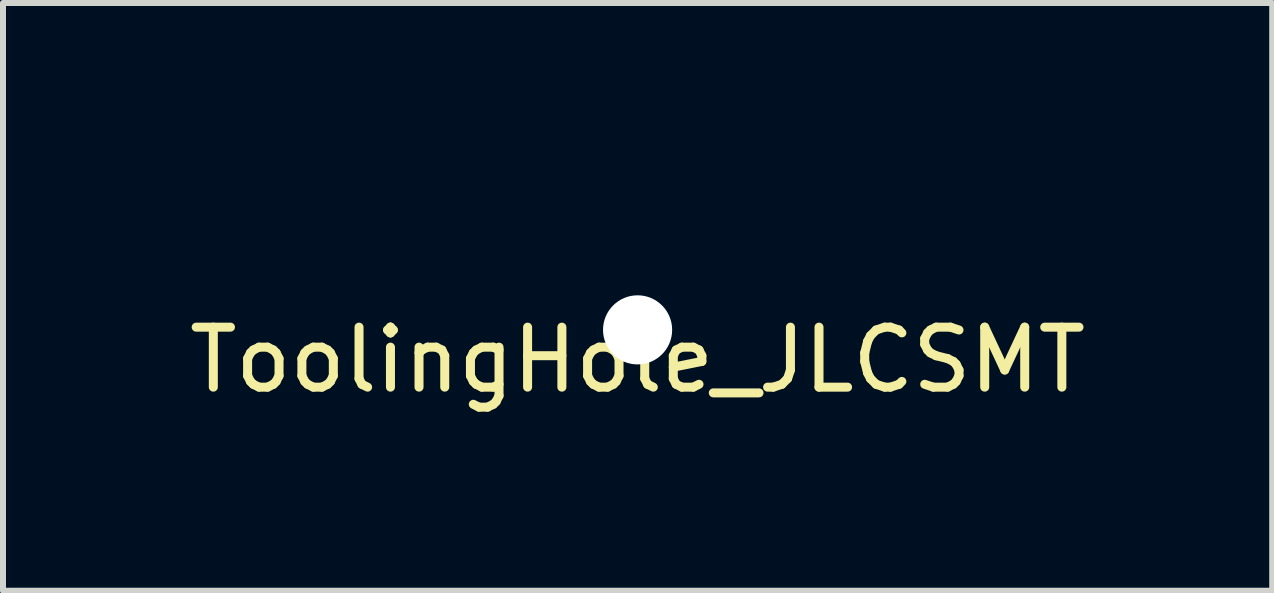
<source format=kicad_pcb>
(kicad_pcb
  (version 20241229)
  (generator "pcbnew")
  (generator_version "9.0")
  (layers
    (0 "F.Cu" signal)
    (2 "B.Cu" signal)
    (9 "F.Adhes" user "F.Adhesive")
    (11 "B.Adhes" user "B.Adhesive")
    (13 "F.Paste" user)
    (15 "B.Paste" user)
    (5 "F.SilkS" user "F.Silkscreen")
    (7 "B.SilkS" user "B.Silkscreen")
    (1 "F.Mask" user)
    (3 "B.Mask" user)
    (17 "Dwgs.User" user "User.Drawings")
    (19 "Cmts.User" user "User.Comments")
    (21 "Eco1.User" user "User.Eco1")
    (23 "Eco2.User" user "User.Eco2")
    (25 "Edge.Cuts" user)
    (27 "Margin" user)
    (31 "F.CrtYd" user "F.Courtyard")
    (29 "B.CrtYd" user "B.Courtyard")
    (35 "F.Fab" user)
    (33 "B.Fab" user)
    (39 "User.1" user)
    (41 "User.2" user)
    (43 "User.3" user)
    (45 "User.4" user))
  (footprint "ToolingHole_JLCSMT"
    (layer "F.Cu")
    (at 7.577 2.448)
    (property "Reference" "ToolingHole_JLCSMT" (at 0 0.5 0) (layer "F.SilkS") (effects (font (size 1 1) (thickness 0.15))))
    (attr through_hole)
    (fp_text user "tooling hole" (at 0 -1.6 0) (layer "Eco1.User") (effects (font (size 1 1) (thickness 0.15))))
    (pad "" np_thru_hole circle (at 0 0) (size 1.152 1.152) (drill 1.152) (layers "*.Cu" "*.Mask")))
  (gr_rect
    (start -3 -3)
    (end 18.155 6.796)
    (stroke (width 0.1) (type default))
    (fill no)
    (layer "Edge.Cuts")))
</source>
